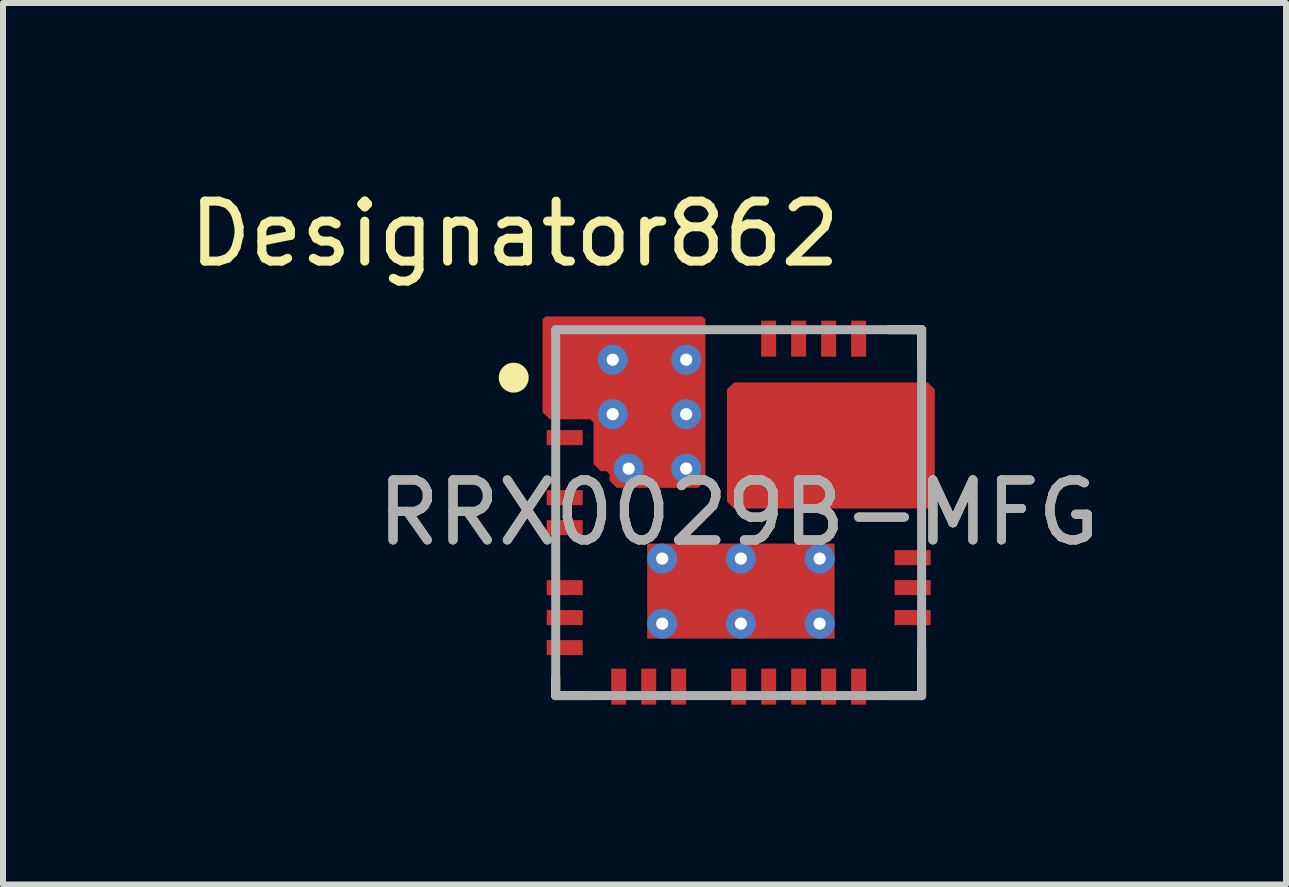
<source format=kicad_pcb>
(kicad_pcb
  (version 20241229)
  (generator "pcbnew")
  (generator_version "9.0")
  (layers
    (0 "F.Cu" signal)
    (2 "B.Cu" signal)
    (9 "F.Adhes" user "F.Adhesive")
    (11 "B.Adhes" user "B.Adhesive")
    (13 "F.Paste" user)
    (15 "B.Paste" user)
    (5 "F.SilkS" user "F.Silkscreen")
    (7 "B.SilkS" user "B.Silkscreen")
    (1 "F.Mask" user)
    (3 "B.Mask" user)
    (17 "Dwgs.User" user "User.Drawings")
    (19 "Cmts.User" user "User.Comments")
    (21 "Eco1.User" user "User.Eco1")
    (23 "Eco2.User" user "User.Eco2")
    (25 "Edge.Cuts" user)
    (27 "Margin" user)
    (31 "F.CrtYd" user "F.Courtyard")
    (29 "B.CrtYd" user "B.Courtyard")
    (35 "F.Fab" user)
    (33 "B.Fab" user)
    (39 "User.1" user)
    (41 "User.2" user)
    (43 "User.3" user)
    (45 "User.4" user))
  (footprint "RRX0029B-MFG"
    (layer "F.Cu")
    (at 9.264 5.496)
    (property "Reference" "RRX0029B-MFG" (at 0 0 0) (unlocked yes) (layer "F.SilkS") (effects (font (size 1 1) (thickness 0.15))))
    (attr smd)
    (fp_poly (pts (xy -0.08 -2.17) (xy -0.195 -2.055) (xy -0.195 -0.185) (xy -0.08 -0.07) (xy 3.155 -0.07) (xy 3.27 -0.185) (xy 3.27 -2.055) (xy 3.155 -2.17)) (stroke (width 0) (type solid)) (fill yes) (layer "F.Cu"))
    (fp_poly (pts (xy -3.27 -3.22) (xy -3.22 -3.27) (xy -0.605 -3.27) (xy -0.555 -3.22) (xy -0.555 -0.534) (xy -0.675 -0.414) (xy -2.034 -0.414) (xy -2.154 -0.534) (xy -2.154 -0.641) (xy -2.204 -0.691) (xy -2.3 -0.691) (xy -2.42 -0.811) (xy -2.42 -1.505) (xy -2.47 -1.555) (xy -3.15 -1.555) (xy -3.27 -1.675)) (stroke (width 0) (type solid)) (fill yes) (layer "F.Cu"))
    (fp_poly (pts (xy -0.125 -2.05) (xy -0.075 -2.1) (xy 2.75 -2.1) (xy 2.8 -2.05) (xy 2.8 -1.925) (xy 2.85 -1.875) (xy 3.15 -1.875) (xy 3.2 -1.825) (xy 3.2 -1.675) (xy 3.15 -1.625) (xy 2.85 -1.625) (xy 2.8 -1.575) (xy 2.8 -1.425) (xy 2.85 -1.375) (xy 3.15 -1.375) (xy 3.2 -1.325) (xy 3.2 -1.175) (xy 3.15 -1.125) (xy 2.85 -1.125) (xy 2.8 -1.075) (xy 2.8 -0.925) (xy 2.85 -0.875) (xy 3.15 -0.875) (xy 3.2 -0.825) (xy 3.2 -0.675) (xy 3.15 -0.625) (xy 2.85 -0.625) (xy 2.8 -0.575) (xy 2.8 -0.19) (xy 2.75 -0.14) (xy -0.075 -0.14) (xy -0.125 -0.19)) (stroke (width 0) (type solid)) (fill yes) (layer "F.Mask"))
    (fp_poly (pts (xy -2.8 -2.6) (xy -2.55 -2.8) (xy -2.175 -2.8) (xy -2.125 -2.85) (xy -2.125 -3.15) (xy -2.075 -3.2) (xy -1.925 -3.2) (xy -1.875 -3.15) (xy -1.875 -2.85) (xy -1.825 -2.8) (xy -1.675 -2.8) (xy -1.625 -2.85) (xy -1.625 -3.15) (xy -1.575 -3.2) (xy -1.425 -3.2) (xy -1.375 -3.15) (xy -1.375 -2.85) (xy -1.325 -2.8) (xy -1.175 -2.8) (xy -1.125 -2.85) (xy -1.125 -3.15) (xy -1.075 -3.2) (xy -0.925 -3.2) (xy -0.875 -3.15) (xy -0.875 -2.85) (xy -0.825 -2.8) (xy -0.675 -2.8) (xy -0.625 -2.75) (xy -0.625 -0.534) (xy -0.675 -0.484) (xy -2.034 -0.484) (xy -2.084 -0.534) (xy -2.084 -0.641) (xy -2.204 -0.761) (xy -2.3 -0.761) (xy -2.35 -0.811) (xy -2.35 -1.505) (xy -2.47 -1.625) (xy -3.15 -1.625) (xy -3.2 -1.675) (xy -3.2 -1.825) (xy -3.15 -1.875) (xy -2.85 -1.875) (xy -2.8 -1.925) (xy -2.8 -2.075) (xy -2.85 -2.125) (xy -3.15 -2.125) (xy -3.2 -2.175) (xy -3.2 -2.325) (xy -3.15 -2.375) (xy -2.85 -2.375) (xy -2.8 -2.425)) (stroke (width 0) (type solid)) (fill yes) (layer "F.Mask"))
    (fp_line (start -3.05 3.05) (end -3.05 2.75) (stroke (width 0.15) (type solid)) (layer "F.SilkS"))
    (fp_line (start -3.05 3.05) (end -2.5 3.05) (stroke (width 0.15) (type solid)) (layer "F.SilkS"))
    (fp_line (start 2.5 -3.05) (end 3.05 -3.05) (stroke (width 0.15) (type solid)) (layer "F.SilkS"))
    (fp_line (start 2.5 3.05) (end 3.05 3.05) (stroke (width 0.15) (type solid)) (layer "F.SilkS"))
    (fp_line (start 3.05 -2.545) (end 3.05 -3.05) (stroke (width 0.15) (type solid)) (layer "F.SilkS"))
    (fp_line (start 3.05 3.05) (end 3.05 2.25) (stroke (width 0.15) (type solid)) (layer "F.SilkS"))
    (fp_circle (center -3.75 -2.25) (end -3.625 -2.25) (stroke (width 0.25) (type solid)) (fill no) (layer "F.SilkS"))
    (fp_poly (pts (xy -2.412 -2.592) (xy -2.412 -1.792) (xy -2.462 -1.742) (xy -2.682 -1.742) (xy -2.732 -1.792) (xy -2.732 -2.592) (xy -2.682 -2.642) (xy -2.462 -2.642)) (stroke (width 0) (type solid)) (fill yes) (layer "F.Paste"))
    (fp_poly (pts (xy -2.163 -2.642) (xy -0.763 -2.642) (xy -0.713 -2.592) (xy -0.713 -1.792) (xy -0.763 -1.742) (xy -2.163 -1.742) (xy -2.213 -1.792) (xy -2.213 -2.592)) (stroke (width 0) (type solid)) (fill yes) (layer "F.Paste"))
    (fp_poly (pts (xy -1.363 0.598) (xy -0.113 0.598) (xy -0.063 0.648) (xy -0.063 1.968) (xy -0.113 2.018) (xy -1.363 2.018) (xy -1.413 1.968) (xy -1.413 0.648)) (stroke (width 0) (type solid)) (fill yes) (layer "F.Paste"))
    (fp_poly (pts (xy -0.763 -1.542) (xy -0.713 -1.492) (xy -0.713 -0.592) (xy -0.763 -0.542) (xy -1.913 -0.542) (xy -2.213 -0.842) (xy -2.213 -1.492) (xy -2.163 -1.542)) (stroke (width 0) (type solid)) (fill yes) (layer "F.Paste"))
    (fp_poly (pts (xy 1.237 -0.27) (xy 1.187 -0.22) (xy 0.017 -0.22) (xy -0.033 -0.27) (xy -0.033 -1.92) (xy 0.017 -1.97) (xy 1.187 -1.97) (xy 1.237 -1.92)) (stroke (width 0) (type solid)) (fill yes) (layer "F.Paste"))
    (fp_poly (pts (xy 1.437 2.018) (xy 0.187 2.018) (xy 0.137 1.968) (xy 0.137 0.648) (xy 0.187 0.598) (xy 1.437 0.598) (xy 1.487 0.648) (xy 1.487 1.968)) (stroke (width 0) (type solid)) (fill yes) (layer "F.Paste"))
    (fp_poly (pts (xy 1.487 -0.22) (xy 1.437 -0.27) (xy 1.437 -1.92) (xy 1.487 -1.97) (xy 2.657 -1.97) (xy 2.707 -1.92) (xy 2.707 -0.27) (xy 2.657 -0.22)) (stroke (width 0) (type solid)) (fill yes) (layer "F.Paste"))
    (fp_line (start -3.05 -3.05) (end 3.05 -3.05) (stroke (width 0.15) (type solid)) (layer "F.Fab"))
    (fp_line (start -3.05 3.05) (end -3.05 -3.05) (stroke (width 0.15) (type solid)) (layer "F.Fab"))
    (fp_line (start -3.05 3.05) (end 3.05 3.05) (stroke (width 0.15) (type solid)) (layer "F.Fab"))
    (fp_line (start 3.05 3.05) (end 3.05 -3.05) (stroke (width 0.15) (type solid)) (layer "F.Fab"))
    (fp_text user "Designator862" (at -3.734 -4.648 0) (unlocked yes) (layer "F.SilkS") (effects (font (size 1 1) (thickness 0.15))))
    (fp_text user "${REFERENCE}" (at 0 0 0) (unlocked yes) (layer "F.Fab") (effects (font (size 1 1) (thickness 0.15))))
    (pad "1" smd rect (at -3.066 -2.25) (size 0.267 0.25) (layers "F.Cu" "F.Paste"))
    (pad "2" smd rect (at -3.066 -1.75) (size 0.267 0.25) (layers "F.Cu" "F.Paste"))
    (pad "3" smd rect (at -2.9 -1.25) (size 0.6 0.25) (layers "F.Cu" "F.Mask" "F.Paste"))
    (pad "4" smd rect (at -2.9 -0.25) (size 0.6 0.25) (layers "F.Cu" "F.Mask" "F.Paste"))
    (pad "5" smd rect (at -2.9 0.25) (size 0.6 0.25) (layers "F.Cu" "F.Mask" "F.Paste"))
    (pad "6" smd rect (at -2.9 1.25) (size 0.6 0.25) (layers "F.Cu" "F.Mask" "F.Paste"))
    (pad "7" smd rect (at -2.9 1.75) (size 0.6 0.25) (layers "F.Cu" "F.Mask" "F.Paste"))
    (pad "8" smd rect (at -2.9 2.25) (size 0.6 0.25) (layers "F.Cu" "F.Mask" "F.Paste"))
    (pad "9" smd rect (at -2 2.9 90) (size 0.6 0.25) (layers "F.Cu" "F.Mask" "F.Paste"))
    (pad "10" smd rect (at -1.5 2.9 90) (size 0.6 0.25) (layers "F.Cu" "F.Mask" "F.Paste"))
    (pad "11" smd rect (at -1 2.9 90) (size 0.6 0.25) (layers "F.Cu" "F.Mask" "F.Paste"))
    (pad "12" smd rect (at 0 2.9 90) (size 0.6 0.25) (layers "F.Cu" "F.Mask" "F.Paste"))
    (pad "13" smd rect (at 0.5 2.9 90) (size 0.6 0.25) (layers "F.Cu" "F.Mask" "F.Paste"))
    (pad "14" smd rect (at 1 2.9 90) (size 0.6 0.25) (layers "F.Cu" "F.Mask" "F.Paste"))
    (pad "15" smd rect (at 1.5 2.9 90) (size 0.6 0.25) (layers "F.Cu" "F.Mask" "F.Paste"))
    (pad "16" smd rect (at 2 2.9 90) (size 0.6 0.25) (layers "F.Cu" "F.Mask" "F.Paste"))
    (pad "17" smd rect (at 2.9 1.75) (size 0.6 0.25) (layers "F.Cu" "F.Mask" "F.Paste"))
    (pad "18" smd rect (at 2.9 1.25) (size 0.6 0.25) (layers "F.Cu" "F.Mask" "F.Paste"))
    (pad "19" smd rect (at 2.9 0.75) (size 0.6 0.25) (layers "F.Cu" "F.Mask" "F.Paste"))
    (pad "20" smd rect (at 3.054 -0.75) (size 0.293 0.25) (layers "F.Cu" "F.Paste"))
    (pad "21" smd rect (at 3.054 -1.25) (size 0.293 0.25) (layers "F.Cu" "F.Paste"))
    (pad "22" smd rect (at 3.054 -1.75) (size 0.293 0.25) (layers "F.Cu" "F.Paste"))
    (pad "23" smd rect (at 2 -2.9 90) (size 0.6 0.25) (layers "F.Cu" "F.Mask" "F.Paste"))
    (pad "24" smd rect (at 1.5 -2.9 90) (size 0.6 0.25) (layers "F.Cu" "F.Mask" "F.Paste"))
    (pad "25" smd rect (at 1 -2.9 90) (size 0.6 0.25) (layers "F.Cu" "F.Mask" "F.Paste"))
    (pad "26" smd rect (at 0.5 -2.9 90) (size 0.6 0.25) (layers "F.Cu" "F.Mask" "F.Paste"))
    (pad "27" smd rect (at -1 -3.071) (size 0.25 0.258) (layers "F.Cu" "F.Paste"))
    (pad "28" smd rect (at -1.5 -3.071) (size 0.25 0.258) (layers "F.Cu" "F.Paste"))
    (pad "29" smd rect (at -2 -3.071) (size 0.25 0.258) (layers "F.Cu" "F.Paste"))
    (pad "30" smd rect (at 0.037 1.308) (size 3.125 1.584) (layers "F.Cu" "F.Mask"))
    (pad "31" thru_hole circle (at -0.875 -2.55) (size 0.5 0.5) (drill 0.203) (layers "*.Cu" "*.Mask"))
    (pad "32" thru_hole circle (at -0.875 -1.642) (size 0.5 0.5) (drill 0.203) (layers "*.Cu" "*.Mask"))
    (pad "33" thru_hole circle (at -0.875 -0.734) (size 0.5 0.5) (drill 0.203) (layers "*.Cu" "*.Mask"))
    (pad "34" thru_hole circle (at -1.834 -0.734) (size 0.5 0.5) (drill 0.203) (layers "*.Cu" "*.Mask"))
    (pad "35" thru_hole circle (at -2.1 -1.642) (size 0.5 0.5) (drill 0.203) (layers "*.Cu" "*.Mask"))
    (pad "36" thru_hole circle (at -2.1 -2.55) (size 0.5 0.5) (drill 0.203) (layers "*.Cu" "*.Mask"))
    (pad "37" thru_hole circle (at -1.275 1.85) (size 0.5 0.5) (drill 0.203) (layers "*.Cu" "*.Mask"))
    (pad "38" thru_hole circle (at -1.275 0.766) (size 0.5 0.5) (drill 0.203) (layers "*.Cu" "*.Mask"))
    (pad "39" thru_hole circle (at 0.037 1.85) (size 0.5 0.5) (drill 0.203) (layers "*.Cu" "*.Mask"))
    (pad "40" thru_hole circle (at 0.037 0.766) (size 0.5 0.5) (drill 0.203) (layers "*.Cu" "*.Mask"))
    (pad "41" thru_hole circle (at 1.35 1.85) (size 0.5 0.5) (drill 0.203) (layers "*.Cu" "*.Mask"))
    (pad "42" thru_hole circle (at 1.35 0.766) (size 0.5 0.5) (drill 0.203) (layers "*.Cu" "*.Mask")))
  (gr_rect
    (start -3 -3)
    (end 18.389 11.696)
    (stroke (width 0.1) (type default))
    (fill no)
    (layer "Edge.Cuts")))
</source>
